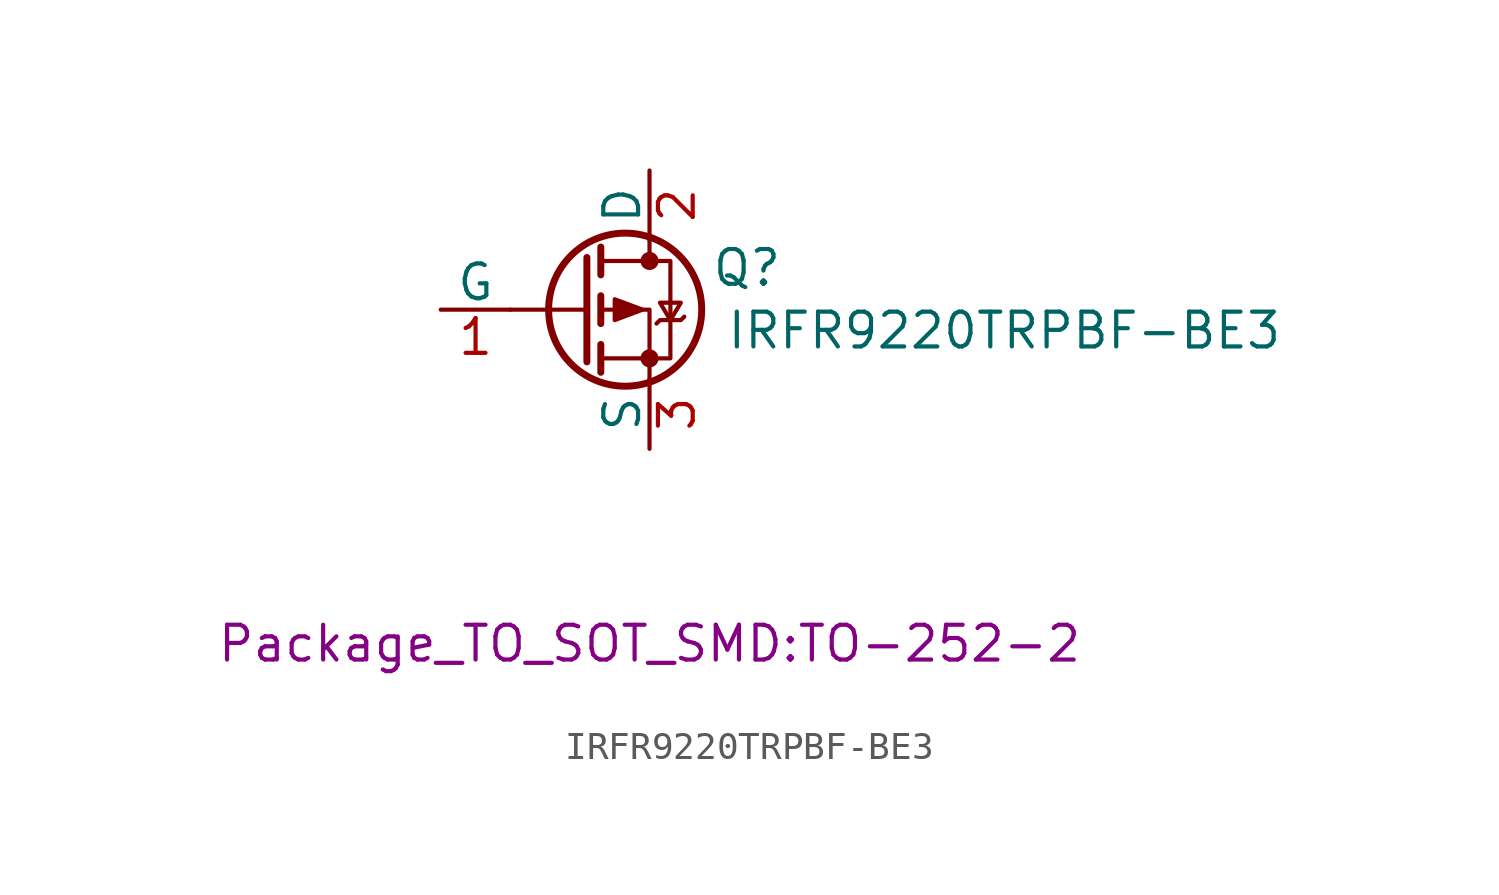
<source format=kicad_sym>
(kicad_symbol_lib
  (version 20211014)
  (generator kicad_symbol_editor)
  (symbol "IRFR9220TRPBF-BE3"
    (pin_names
      (offset 0))
    (property "Reference" "Q"
      (at 3.556 1.524 0)
      (effects (font (size 1.27 1.27))))
    (property "Value" "IRFR9220TRPBF-BE3"
      (at 12.954 -0.762 0)
      (effects (font (size 1.27 1.27))))
    (property "Footprint" "Package_TO_SOT_SMD:TO-252-2"
      (at 0 -12.192 0)
      (effects (font (size 1.27 1.27))))
    (symbol "IRFR9220TRPBF-BE3_0_1"
      (circle (center -0.889 0) (radius 2.794) (stroke (width 0.254) (type default) (color 0 0 0 0)) (fill (type none)))
      (circle (center 0 -1.778) (radius 0.254) (stroke (width 0) (type default) (color 0 0 0 0)) (fill (type outline)))
      (polyline (pts (xy -2.286 0) (xy -5.08 0)) (stroke (width 0) (type default) (color 0 0 0 0)) (fill (type none)))
      (polyline (pts (xy -2.286 1.905) (xy -2.286 -1.905)) (stroke (width 0.254) (type default) (color 0 0 0 0)) (fill (type none)))
      (polyline (pts (xy -1.778 -1.27) (xy -1.778 -2.286)) (stroke (width 0.254) (type default) (color 0 0 0 0)) (fill (type none)))
      (polyline (pts (xy -1.778 0.508) (xy -1.778 -0.508)) (stroke (width 0.254) (type default) (color 0 0 0 0)) (fill (type none)))
      (polyline (pts (xy -1.778 2.286) (xy -1.778 1.27)) (stroke (width 0.254) (type default) (color 0 0 0 0)) (fill (type none)))
      (polyline (pts (xy 0 2.54) (xy 0 1.778)) (stroke (width 0) (type default) (color 0 0 0 0)) (fill (type none)))
      (polyline (pts (xy 0 -2.54) (xy 0 0) (xy -1.778 0)) (stroke (width 0) (type default) (color 0 0 0 0)) (fill (type none)))
      (polyline (pts (xy -1.778 1.778) (xy 0.762 1.778) (xy 0.762 -1.778) (xy -1.778 -1.778)) (stroke (width 0) (type default) (color 0 0 0 0)) (fill (type none)))
      (polyline (pts (xy -0.254 0) (xy -1.27 0.381) (xy -1.27 -0.381) (xy -0.254 0)) (stroke (width 0) (type default) (color 0 0 0 0)) (fill (type outline)))
      (polyline (pts (xy 0.254 -0.508) (xy 0.381 -0.381) (xy 1.143 -0.381) (xy 1.27 -0.254)) (stroke (width 0) (type default) (color 0 0 0 0)) (fill (type none)))
      (polyline (pts (xy 0.762 -0.381) (xy 0.381 0.254) (xy 1.143 0.254) (xy 0.762 -0.381)) (stroke (width 0) (type default) (color 0 0 0 0)) (fill (type none)))
      (circle (center 0 1.778) (radius 0.254) (stroke (width 0) (type default) (color 0 0 0 0)) (fill (type outline))))
    (symbol "IRFR9220TRPBF-BE3_1_1"
      (pin input line (at -7.62 0 0) (length 2.54) (name "G" (effects (font (size 1.27 1.27)))) (number "1" (effects (font (size 1.27 1.27)))))
      (pin passive line (at 0 5.08 270) (length 2.54) (name "D" (effects (font (size 1.27 1.27)))) (number "2" (effects (font (size 1.27 1.27)))))
      (pin passive line (at 0 -5.08 90) (length 2.54) (name "S" (effects (font (size 1.27 1.27)))) (number "3" (effects (font (size 1.27 1.27))))))))
</source>
